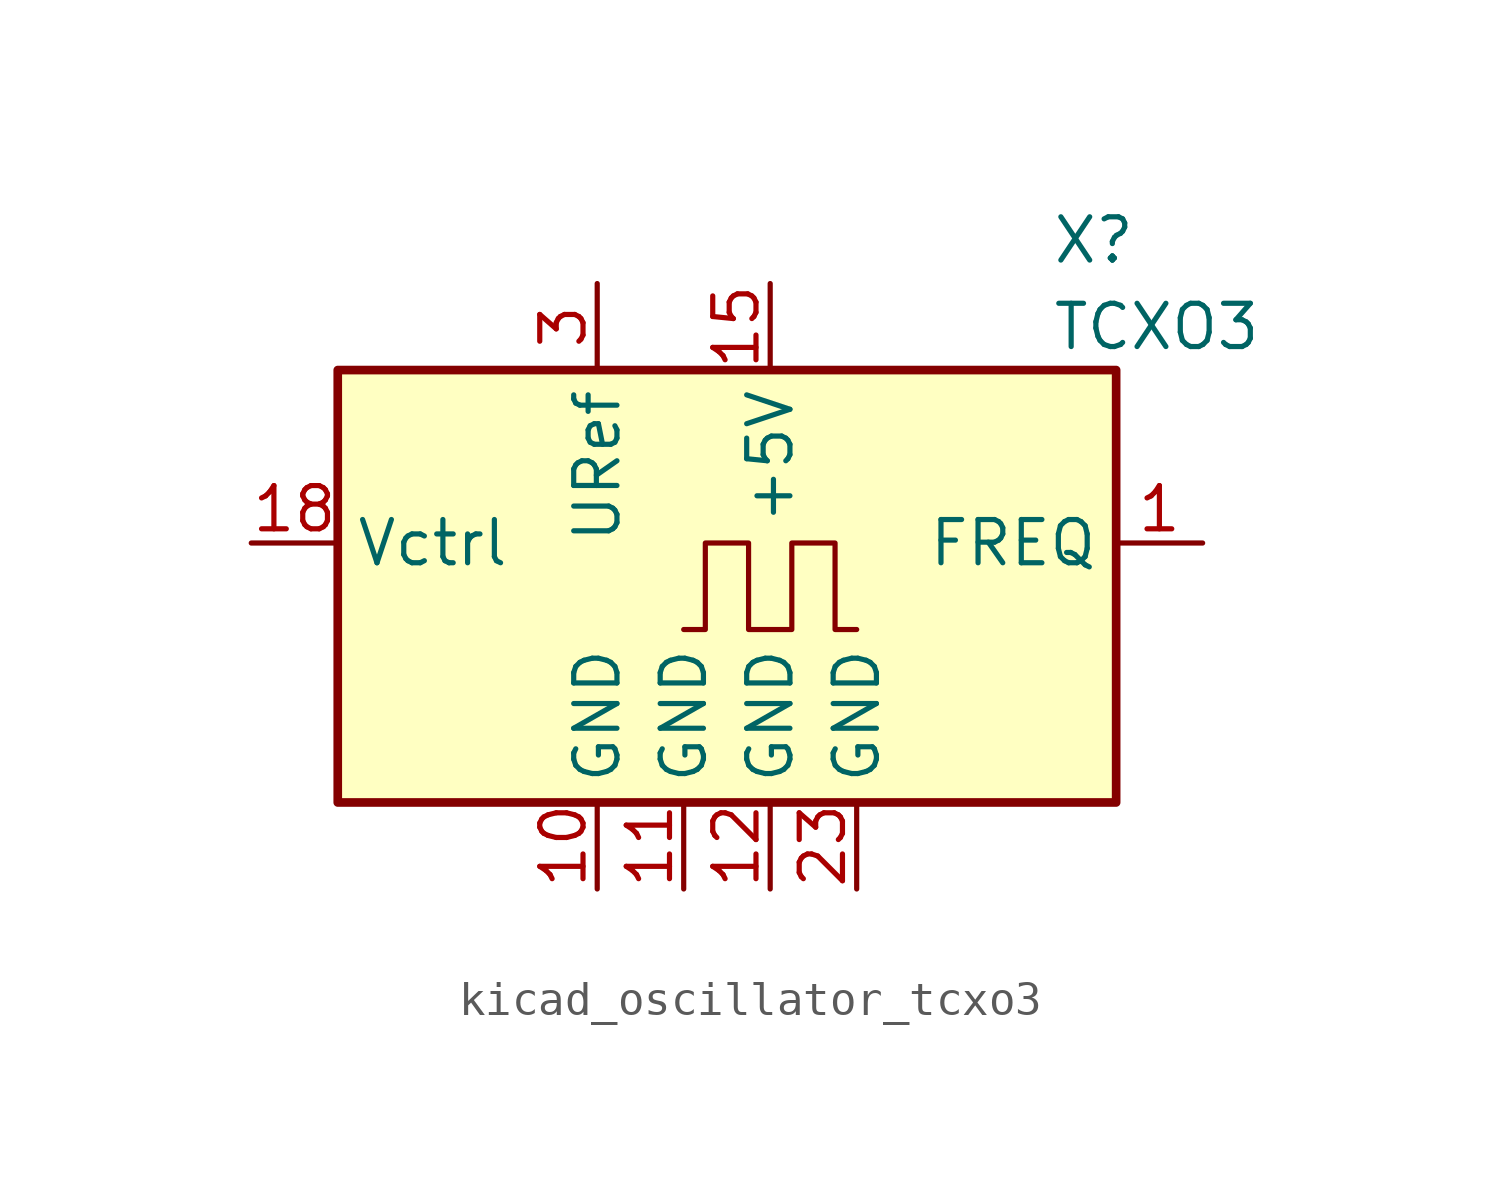
<source format=kicad_sym>
(kicad_symbol_lib
  (version 20220914)
  (generator kicad_symbol_editor)
  (symbol "kicad_oscillator_tcxo3"
    (property "Reference" "X"
      (at 8.255 11.43 0)
      (effects (font (size 1.27 1.27)) (justify left)))
    (property "Value" "TCXO3"
      (at 8.255 8.89 0)
      (effects (font (size 1.27 1.27)) (justify left)))
    (symbol "kicad_oscillator_tcxo3_0_1"
      (rectangle (start -12.7 -5.08) (end 10.16 7.62) (stroke (width 0.254) (type default)) (fill (type background)))
      (polyline (pts (xy -2.54 0) (xy -1.905 0) (xy -1.905 2.54) (xy -0.635 2.54) (xy -0.635 0) (xy 0.635 0) (xy 0.635 2.54) (xy 1.905 2.54) (xy 1.905 0) (xy 2.54 0)) (stroke (width 0) (type default)) (fill (type none))))
    (symbol "kicad_oscillator_tcxo3_1_1"
      (pin output line (at 12.7 2.54 180) (length 2.54) (name "FREQ" (effects (font (size 1.27 1.27)))) (number "1" (effects (font (size 1.27 1.27)))))
      (pin power_in line (at -5.08 -7.62 90) (length 2.54) (name "GND" (effects (font (size 1.27 1.27)))) (number "10" (effects (font (size 1.27 1.27)))))
      (pin power_in line (at -2.54 -7.62 90) (length 2.54) (name "GND" (effects (font (size 1.27 1.27)))) (number "11" (effects (font (size 1.27 1.27)))))
      (pin power_in line (at 0 -7.62 90) (length 2.54) (name "GND" (effects (font (size 1.27 1.27)))) (number "12" (effects (font (size 1.27 1.27)))))
      (pin no_connect line (at 7.62 -5.08 90) (length 2.54) hide (name "NC" (effects (font (size 1.27 1.27)))) (number "13" (effects (font (size 1.27 1.27)))))
      (pin no_connect line (at 10.16 0 180) (length 2.54) hide (name "NC" (effects (font (size 1.27 1.27)))) (number "14" (effects (font (size 1.27 1.27)))))
      (pin power_in line (at 0 10.16 270) (length 2.54) (name "+5V" (effects (font (size 1.27 1.27)))) (number "15" (effects (font (size 1.27 1.27)))))
      (pin no_connect line (at 5.08 7.62 270) (length 2.54) hide (name "NC" (effects (font (size 1.27 1.27)))) (number "16" (effects (font (size 1.27 1.27)))))
      (pin no_connect line (at -2.54 7.62 270) (length 2.54) hide (name "NC" (effects (font (size 1.27 1.27)))) (number "17" (effects (font (size 1.27 1.27)))))
      (pin input line (at -15.24 2.54 0) (length 2.54) (name "Vctrl" (effects (font (size 1.27 1.27)))) (number "18" (effects (font (size 1.27 1.27)))))
      (pin no_connect line (at -7.62 7.62 270) (length 2.54) hide (name "NC" (effects (font (size 1.27 1.27)))) (number "19" (effects (font (size 1.27 1.27)))))
      (pin no_connect line (at 10.16 5.08 180) (length 2.54) hide (name "NC" (effects (font (size 1.27 1.27)))) (number "2" (effects (font (size 1.27 1.27)))))
      (pin no_connect line (at -10.16 7.62 270) (length 2.54) hide (name "NC" (effects (font (size 1.27 1.27)))) (number "20" (effects (font (size 1.27 1.27)))))
      (pin no_connect line (at 7.62 7.62 270) (length 2.54) hide (name "NC" (effects (font (size 1.27 1.27)))) (number "21" (effects (font (size 1.27 1.27)))))
      (pin no_connect line (at 10.16 -2.54 180) (length 2.54) hide (name "NC" (effects (font (size 1.27 1.27)))) (number "22" (effects (font (size 1.27 1.27)))))
      (pin power_in line (at 2.54 -7.62 90) (length 2.54) (name "GND" (effects (font (size 1.27 1.27)))) (number "23" (effects (font (size 1.27 1.27)))))
      (pin power_out line (at -5.08 10.16 270) (length 2.54) (name "URef" (effects (font (size 1.27 1.27)))) (number "3" (effects (font (size 1.27 1.27)))))
      (pin no_connect line (at -12.7 5.08 0) (length 2.54) hide (name "NC" (effects (font (size 1.27 1.27)))) (number "4" (effects (font (size 1.27 1.27)))))
      (pin no_connect line (at 2.54 7.62 270) (length 2.54) hide (name "NC" (effects (font (size 1.27 1.27)))) (number "5" (effects (font (size 1.27 1.27)))))
      (pin no_connect line (at -12.7 0 0) (length 2.54) hide (name "NC" (effects (font (size 1.27 1.27)))) (number "6" (effects (font (size 1.27 1.27)))))
      (pin no_connect line (at -12.7 -2.54 0) (length 2.54) hide (name "NC" (effects (font (size 1.27 1.27)))) (number "7" (effects (font (size 1.27 1.27)))))
      (pin no_connect line (at -7.62 -5.08 90) (length 2.54) hide (name "NC" (effects (font (size 1.27 1.27)))) (number "8" (effects (font (size 1.27 1.27)))))
      (pin no_connect line (at 5.08 -5.08 90) (length 2.54) hide (name "NC" (effects (font (size 1.27 1.27)))) (number "9" (effects (font (size 1.27 1.27))))))))
</source>
